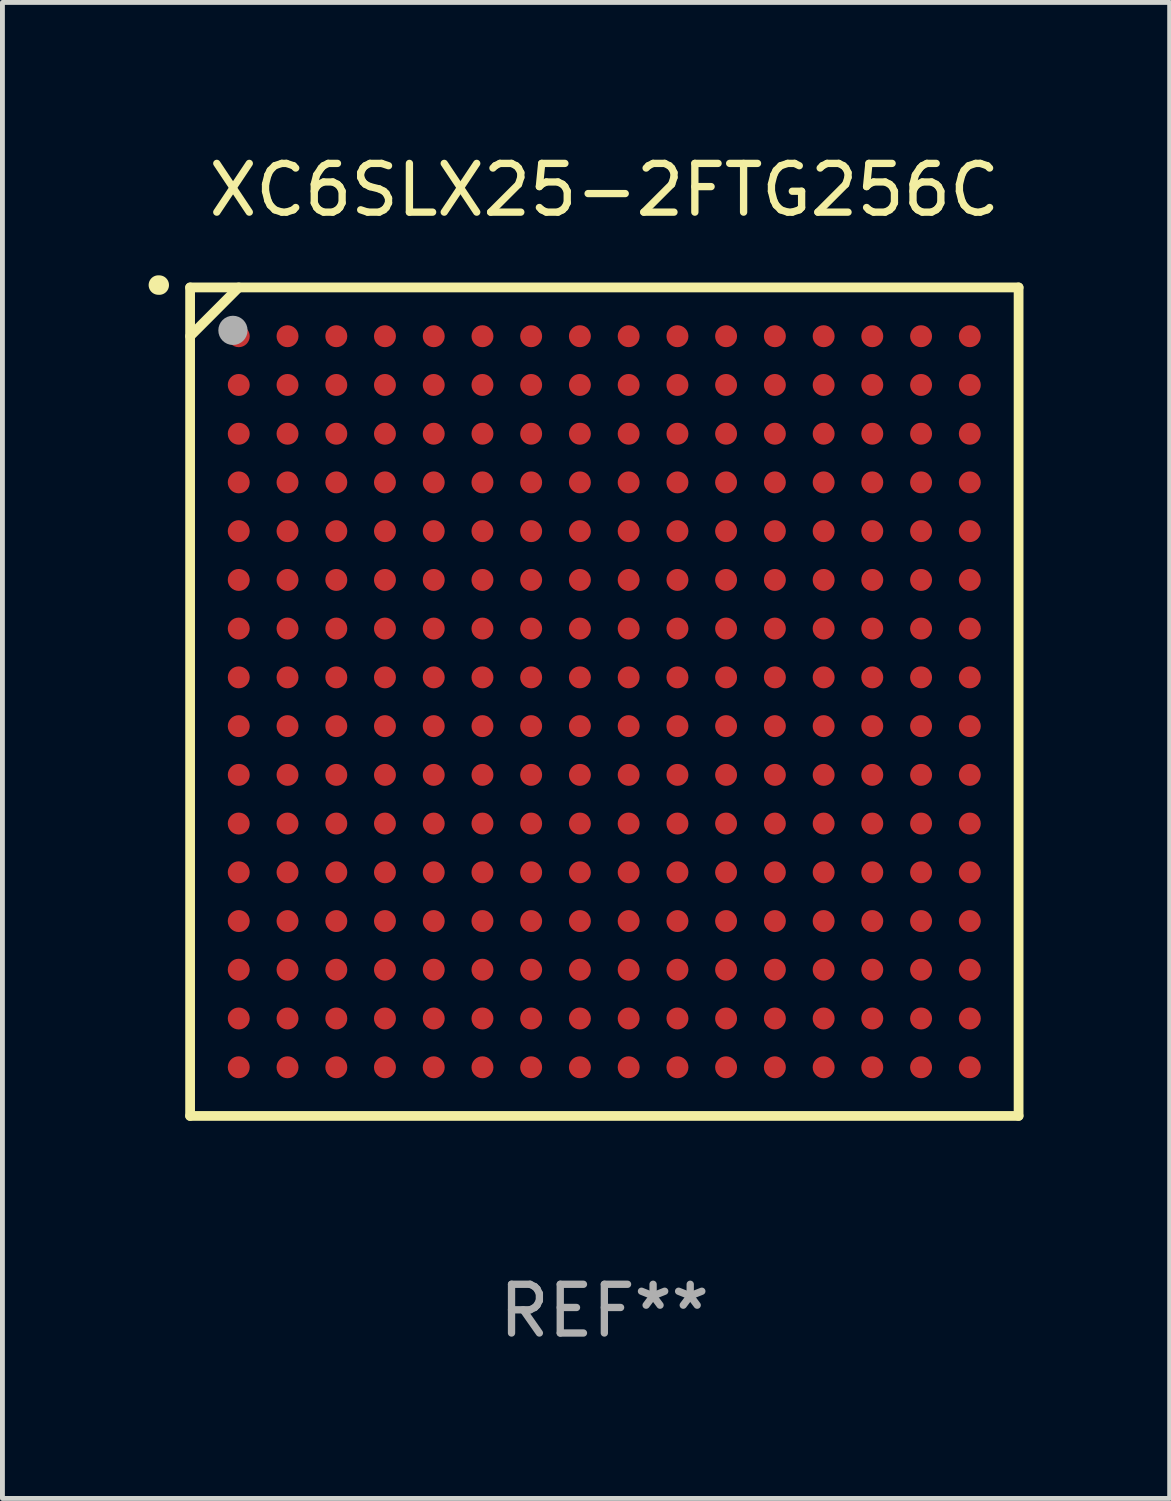
<source format=kicad_pcb>
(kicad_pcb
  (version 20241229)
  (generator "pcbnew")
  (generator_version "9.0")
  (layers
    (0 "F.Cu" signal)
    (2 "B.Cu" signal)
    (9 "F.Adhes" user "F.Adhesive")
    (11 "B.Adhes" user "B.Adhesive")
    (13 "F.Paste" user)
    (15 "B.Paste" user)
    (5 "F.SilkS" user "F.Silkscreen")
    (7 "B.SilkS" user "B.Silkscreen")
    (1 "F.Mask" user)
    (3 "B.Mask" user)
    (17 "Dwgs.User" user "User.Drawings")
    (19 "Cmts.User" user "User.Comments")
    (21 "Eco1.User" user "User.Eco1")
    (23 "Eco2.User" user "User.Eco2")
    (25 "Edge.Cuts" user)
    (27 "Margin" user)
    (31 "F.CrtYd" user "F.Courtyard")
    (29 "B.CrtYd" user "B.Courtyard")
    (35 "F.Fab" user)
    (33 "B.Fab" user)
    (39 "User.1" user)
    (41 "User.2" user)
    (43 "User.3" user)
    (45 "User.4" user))
  (footprint "XC6SLX25-2FTG256C"
    (layer "F.Cu")
    (at 9.351 11.348)
    (property "Reference" "XC6SLX25-2FTG256C" (at 0 -10.5 0) (layer "F.SilkS") (effects (font (size 1 1) (thickness 0.15))))
    (attr through_hole)
    (fp_line (start -8.5 -8.5) (end 8.5 -8.5) (stroke (width 0.2) (type solid)) (layer "F.SilkS"))
    (fp_line (start -8.5 -7.499) (end -7.502 -8.5) (stroke (width 0.2) (type solid)) (layer "F.SilkS"))
    (fp_line (start -8.5 8.5) (end -8.5 -8.5) (stroke (width 0.2) (type solid)) (layer "F.SilkS"))
    (fp_line (start 8.5 -8.5) (end 8.5 8.5) (stroke (width 0.2) (type solid)) (layer "F.SilkS"))
    (fp_line (start 8.5 8.5) (end -8.5 8.5) (stroke (width 0.2) (type solid)) (layer "F.SilkS"))
    (fp_arc (start -9.151181 -8.548768) (mid -9.142295 -8.548541) (end -9.133426 -8.547955) (stroke (width 0.4) (type solid)) (layer "F.SilkS"))
    (fp_circle (center -8.501 -8.499) (end -8.471 -8.499) (stroke (width 0.06) (type solid)) (fill no) (layer "F.SilkS"))
    (fp_circle (center -7.621 -7.619) (end -7.471 -7.619) (stroke (width 0.3) (type solid)) (fill no) (layer "F.Fab"))
    (fp_text user "REF**" (at 0 12.5 0) (layer "F.Fab") (effects (font (size 1 1) (thickness 0.15))))
    (pad "A1" smd circle (at -7.502 -7.499) (size 0.45 0.45) (layers "F.Cu" "F.Mask" "F.Paste"))
    (pad "A2" smd circle (at -6.501 -7.499) (size 0.45 0.45) (layers "F.Cu" "F.Mask" "F.Paste"))
    (pad "A3" smd circle (at -5.5 -7.499) (size 0.45 0.45) (layers "F.Cu" "F.Mask" "F.Paste"))
    (pad "A4" smd circle (at -4.502 -7.499) (size 0.45 0.45) (layers "F.Cu" "F.Mask" "F.Paste"))
    (pad "A5" smd circle (at -3.501 -7.499) (size 0.45 0.45) (layers "F.Cu" "F.Mask" "F.Paste"))
    (pad "A6" smd circle (at -2.501 -7.499) (size 0.45 0.45) (layers "F.Cu" "F.Mask" "F.Paste"))
    (pad "A7" smd circle (at -1.502 -7.499) (size 0.45 0.45) (layers "F.Cu" "F.Mask" "F.Paste"))
    (pad "A8" smd circle (at -0.502 -7.499) (size 0.45 0.45) (layers "F.Cu" "F.Mask" "F.Paste"))
    (pad "A9" smd circle (at 0.499 -7.499) (size 0.45 0.45) (layers "F.Cu" "F.Mask" "F.Paste"))
    (pad "A10" smd circle (at 1.5 -7.499) (size 0.45 0.45) (layers "F.Cu" "F.Mask" "F.Paste"))
    (pad "A11" smd circle (at 2.498 -7.499) (size 0.45 0.45) (layers "F.Cu" "F.Mask" "F.Paste"))
    (pad "A12" smd circle (at 3.499 -7.499) (size 0.45 0.45) (layers "F.Cu" "F.Mask" "F.Paste"))
    (pad "A13" smd circle (at 4.5 -7.499) (size 0.45 0.45) (layers "F.Cu" "F.Mask" "F.Paste"))
    (pad "A14" smd circle (at 5.498 -7.499) (size 0.45 0.45) (layers "F.Cu" "F.Mask" "F.Paste"))
    (pad "A15" smd circle (at 6.499 -7.499) (size 0.45 0.45) (layers "F.Cu" "F.Mask" "F.Paste"))
    (pad "A16" smd circle (at 7.499 -7.499) (size 0.45 0.45) (layers "F.Cu" "F.Mask" "F.Paste"))
    (pad "B1" smd circle (at -7.502 -6.499) (size 0.45 0.45) (layers "F.Cu" "F.Mask" "F.Paste"))
    (pad "B2" smd circle (at -6.501 -6.499) (size 0.45 0.45) (layers "F.Cu" "F.Mask" "F.Paste"))
    (pad "B3" smd circle (at -5.5 -6.499) (size 0.45 0.45) (layers "F.Cu" "F.Mask" "F.Paste"))
    (pad "B4" smd circle (at -4.502 -6.499) (size 0.45 0.45) (layers "F.Cu" "F.Mask" "F.Paste"))
    (pad "B5" smd circle (at -3.501 -6.499) (size 0.45 0.45) (layers "F.Cu" "F.Mask" "F.Paste"))
    (pad "B6" smd circle (at -2.501 -6.499) (size 0.45 0.45) (layers "F.Cu" "F.Mask" "F.Paste"))
    (pad "B7" smd circle (at -1.502 -6.499) (size 0.45 0.45) (layers "F.Cu" "F.Mask" "F.Paste"))
    (pad "B8" smd circle (at -0.502 -6.499) (size 0.45 0.45) (layers "F.Cu" "F.Mask" "F.Paste"))
    (pad "B9" smd circle (at 0.499 -6.499) (size 0.45 0.45) (layers "F.Cu" "F.Mask" "F.Paste"))
    (pad "B10" smd circle (at 1.5 -6.499) (size 0.45 0.45) (layers "F.Cu" "F.Mask" "F.Paste"))
    (pad "B11" smd circle (at 2.498 -6.499) (size 0.45 0.45) (layers "F.Cu" "F.Mask" "F.Paste"))
    (pad "B12" smd circle (at 3.499 -6.499) (size 0.45 0.45) (layers "F.Cu" "F.Mask" "F.Paste"))
    (pad "B13" smd circle (at 4.5 -6.499) (size 0.45 0.45) (layers "F.Cu" "F.Mask" "F.Paste"))
    (pad "B14" smd circle (at 5.498 -6.499) (size 0.45 0.45) (layers "F.Cu" "F.Mask" "F.Paste"))
    (pad "B15" smd circle (at 6.499 -6.499) (size 0.45 0.45) (layers "F.Cu" "F.Mask" "F.Paste"))
    (pad "B16" smd circle (at 7.499 -6.499) (size 0.45 0.45) (layers "F.Cu" "F.Mask" "F.Paste"))
    (pad "C1" smd circle (at -7.502 -5.498) (size 0.45 0.45) (layers "F.Cu" "F.Mask" "F.Paste"))
    (pad "C2" smd circle (at -6.501 -5.498) (size 0.45 0.45) (layers "F.Cu" "F.Mask" "F.Paste"))
    (pad "C3" smd circle (at -5.5 -5.498) (size 0.45 0.45) (layers "F.Cu" "F.Mask" "F.Paste"))
    (pad "C4" smd circle (at -4.502 -5.498) (size 0.45 0.45) (layers "F.Cu" "F.Mask" "F.Paste"))
    (pad "C5" smd circle (at -3.501 -5.498) (size 0.45 0.45) (layers "F.Cu" "F.Mask" "F.Paste"))
    (pad "C6" smd circle (at -2.501 -5.498) (size 0.45 0.45) (layers "F.Cu" "F.Mask" "F.Paste"))
    (pad "C7" smd circle (at -1.502 -5.498) (size 0.45 0.45) (layers "F.Cu" "F.Mask" "F.Paste"))
    (pad "C8" smd circle (at -0.502 -5.498) (size 0.45 0.45) (layers "F.Cu" "F.Mask" "F.Paste"))
    (pad "C9" smd circle (at 0.499 -5.498) (size 0.45 0.45) (layers "F.Cu" "F.Mask" "F.Paste"))
    (pad "C10" smd circle (at 1.5 -5.498) (size 0.45 0.45) (layers "F.Cu" "F.Mask" "F.Paste"))
    (pad "C11" smd circle (at 2.498 -5.498) (size 0.45 0.45) (layers "F.Cu" "F.Mask" "F.Paste"))
    (pad "C12" smd circle (at 3.499 -5.498) (size 0.45 0.45) (layers "F.Cu" "F.Mask" "F.Paste"))
    (pad "C13" smd circle (at 4.5 -5.498) (size 0.45 0.45) (layers "F.Cu" "F.Mask" "F.Paste"))
    (pad "C14" smd circle (at 5.498 -5.498) (size 0.45 0.45) (layers "F.Cu" "F.Mask" "F.Paste"))
    (pad "C15" smd circle (at 6.499 -5.498) (size 0.45 0.45) (layers "F.Cu" "F.Mask" "F.Paste"))
    (pad "C16" smd circle (at 7.499 -5.498) (size 0.45 0.45) (layers "F.Cu" "F.Mask" "F.Paste"))
    (pad "D1" smd circle (at -7.502 -4.5) (size 0.45 0.45) (layers "F.Cu" "F.Mask" "F.Paste"))
    (pad "D2" smd circle (at -6.501 -4.5) (size 0.45 0.45) (layers "F.Cu" "F.Mask" "F.Paste"))
    (pad "D3" smd circle (at -5.5 -4.5) (size 0.45 0.45) (layers "F.Cu" "F.Mask" "F.Paste"))
    (pad "D4" smd circle (at -4.502 -4.5) (size 0.45 0.45) (layers "F.Cu" "F.Mask" "F.Paste"))
    (pad "D5" smd circle (at -3.501 -4.5) (size 0.45 0.45) (layers "F.Cu" "F.Mask" "F.Paste"))
    (pad "D6" smd circle (at -2.501 -4.5) (size 0.45 0.45) (layers "F.Cu" "F.Mask" "F.Paste"))
    (pad "D7" smd circle (at -1.502 -4.5) (size 0.45 0.45) (layers "F.Cu" "F.Mask" "F.Paste"))
    (pad "D8" smd circle (at -0.502 -4.5) (size 0.45 0.45) (layers "F.Cu" "F.Mask" "F.Paste"))
    (pad "D9" smd circle (at 0.499 -4.5) (size 0.45 0.45) (layers "F.Cu" "F.Mask" "F.Paste"))
    (pad "D10" smd circle (at 1.5 -4.5) (size 0.45 0.45) (layers "F.Cu" "F.Mask" "F.Paste"))
    (pad "D11" smd circle (at 2.498 -4.5) (size 0.45 0.45) (layers "F.Cu" "F.Mask" "F.Paste"))
    (pad "D12" smd circle (at 3.499 -4.5) (size 0.45 0.45) (layers "F.Cu" "F.Mask" "F.Paste"))
    (pad "D13" smd circle (at 4.5 -4.5) (size 0.45 0.45) (layers "F.Cu" "F.Mask" "F.Paste"))
    (pad "D14" smd circle (at 5.498 -4.5) (size 0.45 0.45) (layers "F.Cu" "F.Mask" "F.Paste"))
    (pad "D15" smd circle (at 6.499 -4.5) (size 0.45 0.45) (layers "F.Cu" "F.Mask" "F.Paste"))
    (pad "D16" smd circle (at 7.499 -4.5) (size 0.45 0.45) (layers "F.Cu" "F.Mask" "F.Paste"))
    (pad "E1" smd circle (at -7.502 -3.499) (size 0.45 0.45) (layers "F.Cu" "F.Mask" "F.Paste"))
    (pad "E2" smd circle (at -6.501 -3.499) (size 0.45 0.45) (layers "F.Cu" "F.Mask" "F.Paste"))
    (pad "E3" smd circle (at -5.5 -3.499) (size 0.45 0.45) (layers "F.Cu" "F.Mask" "F.Paste"))
    (pad "E4" smd circle (at -4.502 -3.499) (size 0.45 0.45) (layers "F.Cu" "F.Mask" "F.Paste"))
    (pad "E5" smd circle (at -3.501 -3.499) (size 0.45 0.45) (layers "F.Cu" "F.Mask" "F.Paste"))
    (pad "E6" smd circle (at -2.501 -3.499) (size 0.45 0.45) (layers "F.Cu" "F.Mask" "F.Paste"))
    (pad "E7" smd circle (at -1.502 -3.499) (size 0.45 0.45) (layers "F.Cu" "F.Mask" "F.Paste"))
    (pad "E8" smd circle (at -0.502 -3.499) (size 0.45 0.45) (layers "F.Cu" "F.Mask" "F.Paste"))
    (pad "E9" smd circle (at 0.499 -3.499) (size 0.45 0.45) (layers "F.Cu" "F.Mask" "F.Paste"))
    (pad "E10" smd circle (at 1.5 -3.499) (size 0.45 0.45) (layers "F.Cu" "F.Mask" "F.Paste"))
    (pad "E11" smd circle (at 2.498 -3.499) (size 0.45 0.45) (layers "F.Cu" "F.Mask" "F.Paste"))
    (pad "E12" smd circle (at 3.499 -3.499) (size 0.45 0.45) (layers "F.Cu" "F.Mask" "F.Paste"))
    (pad "E13" smd circle (at 4.5 -3.499) (size 0.45 0.45) (layers "F.Cu" "F.Mask" "F.Paste"))
    (pad "E14" smd circle (at 5.498 -3.499) (size 0.45 0.45) (layers "F.Cu" "F.Mask" "F.Paste"))
    (pad "E15" smd circle (at 6.499 -3.499) (size 0.45 0.45) (layers "F.Cu" "F.Mask" "F.Paste"))
    (pad "E16" smd circle (at 7.499 -3.499) (size 0.45 0.45) (layers "F.Cu" "F.Mask" "F.Paste"))
    (pad "F1" smd circle (at -7.502 -2.498) (size 0.45 0.45) (layers "F.Cu" "F.Mask" "F.Paste"))
    (pad "F2" smd circle (at -6.501 -2.498) (size 0.45 0.45) (layers "F.Cu" "F.Mask" "F.Paste"))
    (pad "F3" smd circle (at -5.5 -2.498) (size 0.45 0.45) (layers "F.Cu" "F.Mask" "F.Paste"))
    (pad "F4" smd circle (at -4.502 -2.498) (size 0.45 0.45) (layers "F.Cu" "F.Mask" "F.Paste"))
    (pad "F5" smd circle (at -3.501 -2.498) (size 0.45 0.45) (layers "F.Cu" "F.Mask" "F.Paste"))
    (pad "F6" smd circle (at -2.501 -2.498) (size 0.45 0.45) (layers "F.Cu" "F.Mask" "F.Paste"))
    (pad "F7" smd circle (at -1.502 -2.498) (size 0.45 0.45) (layers "F.Cu" "F.Mask" "F.Paste"))
    (pad "F8" smd circle (at -0.502 -2.498) (size 0.45 0.45) (layers "F.Cu" "F.Mask" "F.Paste"))
    (pad "F9" smd circle (at 0.499 -2.498) (size 0.45 0.45) (layers "F.Cu" "F.Mask" "F.Paste"))
    (pad "F10" smd circle (at 1.5 -2.498) (size 0.45 0.45) (layers "F.Cu" "F.Mask" "F.Paste"))
    (pad "F11" smd circle (at 2.498 -2.498) (size 0.45 0.45) (layers "F.Cu" "F.Mask" "F.Paste"))
    (pad "F12" smd circle (at 3.499 -2.498) (size 0.45 0.45) (layers "F.Cu" "F.Mask" "F.Paste"))
    (pad "F13" smd circle (at 4.5 -2.498) (size 0.45 0.45) (layers "F.Cu" "F.Mask" "F.Paste"))
    (pad "F14" smd circle (at 5.498 -2.498) (size 0.45 0.45) (layers "F.Cu" "F.Mask" "F.Paste"))
    (pad "F15" smd circle (at 6.499 -2.498) (size 0.45 0.45) (layers "F.Cu" "F.Mask" "F.Paste"))
    (pad "F16" smd circle (at 7.499 -2.498) (size 0.45 0.45) (layers "F.Cu" "F.Mask" "F.Paste"))
    (pad "G1" smd circle (at -7.502 -1.5) (size 0.45 0.45) (layers "F.Cu" "F.Mask" "F.Paste"))
    (pad "G2" smd circle (at -6.501 -1.5) (size 0.45 0.45) (layers "F.Cu" "F.Mask" "F.Paste"))
    (pad "G3" smd circle (at -5.5 -1.5) (size 0.45 0.45) (layers "F.Cu" "F.Mask" "F.Paste"))
    (pad "G4" smd circle (at -4.502 -1.5) (size 0.45 0.45) (layers "F.Cu" "F.Mask" "F.Paste"))
    (pad "G5" smd circle (at -3.501 -1.5) (size 0.45 0.45) (layers "F.Cu" "F.Mask" "F.Paste"))
    (pad "G6" smd circle (at -2.501 -1.5) (size 0.45 0.45) (layers "F.Cu" "F.Mask" "F.Paste"))
    (pad "G7" smd circle (at -1.502 -1.5) (size 0.45 0.45) (layers "F.Cu" "F.Mask" "F.Paste"))
    (pad "G8" smd circle (at -0.502 -1.5) (size 0.45 0.45) (layers "F.Cu" "F.Mask" "F.Paste"))
    (pad "G9" smd circle (at 0.499 -1.5) (size 0.45 0.45) (layers "F.Cu" "F.Mask" "F.Paste"))
    (pad "G10" smd circle (at 1.5 -1.5) (size 0.45 0.45) (layers "F.Cu" "F.Mask" "F.Paste"))
    (pad "G11" smd circle (at 2.498 -1.5) (size 0.45 0.45) (layers "F.Cu" "F.Mask" "F.Paste"))
    (pad "G12" smd circle (at 3.499 -1.5) (size 0.45 0.45) (layers "F.Cu" "F.Mask" "F.Paste"))
    (pad "G13" smd circle (at 4.5 -1.5) (size 0.45 0.45) (layers "F.Cu" "F.Mask" "F.Paste"))
    (pad "G14" smd circle (at 5.498 -1.5) (size 0.45 0.45) (layers "F.Cu" "F.Mask" "F.Paste"))
    (pad "G15" smd circle (at 6.499 -1.5) (size 0.45 0.45) (layers "F.Cu" "F.Mask" "F.Paste"))
    (pad "G16" smd circle (at 7.499 -1.5) (size 0.45 0.45) (layers "F.Cu" "F.Mask" "F.Paste"))
    (pad "H1" smd circle (at -7.502 -0.499) (size 0.45 0.45) (layers "F.Cu" "F.Mask" "F.Paste"))
    (pad "H2" smd circle (at -6.501 -0.499) (size 0.45 0.45) (layers "F.Cu" "F.Mask" "F.Paste"))
    (pad "H3" smd circle (at -5.5 -0.499) (size 0.45 0.45) (layers "F.Cu" "F.Mask" "F.Paste"))
    (pad "H4" smd circle (at -4.502 -0.499) (size 0.45 0.45) (layers "F.Cu" "F.Mask" "F.Paste"))
    (pad "H5" smd circle (at -3.501 -0.499) (size 0.45 0.45) (layers "F.Cu" "F.Mask" "F.Paste"))
    (pad "H6" smd circle (at -2.501 -0.499) (size 0.45 0.45) (layers "F.Cu" "F.Mask" "F.Paste"))
    (pad "H7" smd circle (at -1.502 -0.499) (size 0.45 0.45) (layers "F.Cu" "F.Mask" "F.Paste"))
    (pad "H8" smd circle (at -0.502 -0.499) (size 0.45 0.45) (layers "F.Cu" "F.Mask" "F.Paste"))
    (pad "H9" smd circle (at 0.499 -0.499) (size 0.45 0.45) (layers "F.Cu" "F.Mask" "F.Paste"))
    (pad "H10" smd circle (at 1.5 -0.499) (size 0.45 0.45) (layers "F.Cu" "F.Mask" "F.Paste"))
    (pad "H11" smd circle (at 2.498 -0.499) (size 0.45 0.45) (layers "F.Cu" "F.Mask" "F.Paste"))
    (pad "H12" smd circle (at 3.499 -0.499) (size 0.45 0.45) (layers "F.Cu" "F.Mask" "F.Paste"))
    (pad "H13" smd circle (at 4.5 -0.499) (size 0.45 0.45) (layers "F.Cu" "F.Mask" "F.Paste"))
    (pad "H14" smd circle (at 5.498 -0.499) (size 0.45 0.45) (layers "F.Cu" "F.Mask" "F.Paste"))
    (pad "H15" smd circle (at 6.499 -0.499) (size 0.45 0.45) (layers "F.Cu" "F.Mask" "F.Paste"))
    (pad "H16" smd circle (at 7.499 -0.499) (size 0.45 0.45) (layers "F.Cu" "F.Mask" "F.Paste"))
    (pad "J1" smd circle (at -7.502 0.502) (size 0.45 0.45) (layers "F.Cu" "F.Mask" "F.Paste"))
    (pad "J2" smd circle (at -6.501 0.502) (size 0.45 0.45) (layers "F.Cu" "F.Mask" "F.Paste"))
    (pad "J3" smd circle (at -5.5 0.502) (size 0.45 0.45) (layers "F.Cu" "F.Mask" "F.Paste"))
    (pad "J4" smd circle (at -4.502 0.502) (size 0.45 0.45) (layers "F.Cu" "F.Mask" "F.Paste"))
    (pad "J5" smd circle (at -3.501 0.502) (size 0.45 0.45) (layers "F.Cu" "F.Mask" "F.Paste"))
    (pad "J6" smd circle (at -2.501 0.502) (size 0.45 0.45) (layers "F.Cu" "F.Mask" "F.Paste"))
    (pad "J7" smd circle (at -1.502 0.502) (size 0.45 0.45) (layers "F.Cu" "F.Mask" "F.Paste"))
    (pad "J8" smd circle (at -0.502 0.502) (size 0.45 0.45) (layers "F.Cu" "F.Mask" "F.Paste"))
    (pad "J9" smd circle (at 0.499 0.502) (size 0.45 0.45) (layers "F.Cu" "F.Mask" "F.Paste"))
    (pad "J10" smd circle (at 1.5 0.502) (size 0.45 0.45) (layers "F.Cu" "F.Mask" "F.Paste"))
    (pad "J11" smd circle (at 2.498 0.502) (size 0.45 0.45) (layers "F.Cu" "F.Mask" "F.Paste"))
    (pad "J12" smd circle (at 3.499 0.502) (size 0.45 0.45) (layers "F.Cu" "F.Mask" "F.Paste"))
    (pad "J13" smd circle (at 4.5 0.502) (size 0.45 0.45) (layers "F.Cu" "F.Mask" "F.Paste"))
    (pad "J14" smd circle (at 5.498 0.502) (size 0.45 0.45) (layers "F.Cu" "F.Mask" "F.Paste"))
    (pad "J15" smd circle (at 6.499 0.502) (size 0.45 0.45) (layers "F.Cu" "F.Mask" "F.Paste"))
    (pad "J16" smd circle (at 7.499 0.502) (size 0.45 0.45) (layers "F.Cu" "F.Mask" "F.Paste"))
    (pad "K1" smd circle (at -7.502 1.502) (size 0.45 0.45) (layers "F.Cu" "F.Mask" "F.Paste"))
    (pad "K2" smd circle (at -6.501 1.502) (size 0.45 0.45) (layers "F.Cu" "F.Mask" "F.Paste"))
    (pad "K3" smd circle (at -5.5 1.502) (size 0.45 0.45) (layers "F.Cu" "F.Mask" "F.Paste"))
    (pad "K4" smd circle (at -4.502 1.502) (size 0.45 0.45) (layers "F.Cu" "F.Mask" "F.Paste"))
    (pad "K5" smd circle (at -3.501 1.502) (size 0.45 0.45) (layers "F.Cu" "F.Mask" "F.Paste"))
    (pad "K6" smd circle (at -2.501 1.502) (size 0.45 0.45) (layers "F.Cu" "F.Mask" "F.Paste"))
    (pad "K7" smd circle (at -1.502 1.502) (size 0.45 0.45) (layers "F.Cu" "F.Mask" "F.Paste"))
    (pad "K8" smd circle (at -0.502 1.502) (size 0.45 0.45) (layers "F.Cu" "F.Mask" "F.Paste"))
    (pad "K9" smd circle (at 0.499 1.502) (size 0.45 0.45) (layers "F.Cu" "F.Mask" "F.Paste"))
    (pad "K10" smd circle (at 1.5 1.502) (size 0.45 0.45) (layers "F.Cu" "F.Mask" "F.Paste"))
    (pad "K11" smd circle (at 2.498 1.502) (size 0.45 0.45) (layers "F.Cu" "F.Mask" "F.Paste"))
    (pad "K12" smd circle (at 3.499 1.502) (size 0.45 0.45) (layers "F.Cu" "F.Mask" "F.Paste"))
    (pad "K13" smd circle (at 4.5 1.502) (size 0.45 0.45) (layers "F.Cu" "F.Mask" "F.Paste"))
    (pad "K14" smd circle (at 5.498 1.502) (size 0.45 0.45) (layers "F.Cu" "F.Mask" "F.Paste"))
    (pad "K15" smd circle (at 6.499 1.502) (size 0.45 0.45) (layers "F.Cu" "F.Mask" "F.Paste"))
    (pad "K16" smd circle (at 7.499 1.502) (size 0.45 0.45) (layers "F.Cu" "F.Mask" "F.Paste"))
    (pad "L1" smd circle (at -7.502 2.501) (size 0.45 0.45) (layers "F.Cu" "F.Mask" "F.Paste"))
    (pad "L2" smd circle (at -6.501 2.501) (size 0.45 0.45) (layers "F.Cu" "F.Mask" "F.Paste"))
    (pad "L3" smd circle (at -5.5 2.501) (size 0.45 0.45) (layers "F.Cu" "F.Mask" "F.Paste"))
    (pad "L4" smd circle (at -4.502 2.501) (size 0.45 0.45) (layers "F.Cu" "F.Mask" "F.Paste"))
    (pad "L5" smd circle (at -3.501 2.501) (size 0.45 0.45) (layers "F.Cu" "F.Mask" "F.Paste"))
    (pad "L6" smd circle (at -2.501 2.501) (size 0.45 0.45) (layers "F.Cu" "F.Mask" "F.Paste"))
    (pad "L7" smd circle (at -1.502 2.501) (size 0.45 0.45) (layers "F.Cu" "F.Mask" "F.Paste"))
    (pad "L8" smd circle (at -0.502 2.501) (size 0.45 0.45) (layers "F.Cu" "F.Mask" "F.Paste"))
    (pad "L9" smd circle (at 0.499 2.501) (size 0.45 0.45) (layers "F.Cu" "F.Mask" "F.Paste"))
    (pad "L10" smd circle (at 1.5 2.501) (size 0.45 0.45) (layers "F.Cu" "F.Mask" "F.Paste"))
    (pad "L11" smd circle (at 2.498 2.501) (size 0.45 0.45) (layers "F.Cu" "F.Mask" "F.Paste"))
    (pad "L12" smd circle (at 3.499 2.501) (size 0.45 0.45) (layers "F.Cu" "F.Mask" "F.Paste"))
    (pad "L13" smd circle (at 4.5 2.501) (size 0.45 0.45) (layers "F.Cu" "F.Mask" "F.Paste"))
    (pad "L14" smd circle (at 5.498 2.501) (size 0.45 0.45) (layers "F.Cu" "F.Mask" "F.Paste"))
    (pad "L15" smd circle (at 6.499 2.501) (size 0.45 0.45) (layers "F.Cu" "F.Mask" "F.Paste"))
    (pad "L16" smd circle (at 7.499 2.501) (size 0.45 0.45) (layers "F.Cu" "F.Mask" "F.Paste"))
    (pad "M1" smd circle (at -7.502 3.501) (size 0.45 0.45) (layers "F.Cu" "F.Mask" "F.Paste"))
    (pad "M2" smd circle (at -6.501 3.501) (size 0.45 0.45) (layers "F.Cu" "F.Mask" "F.Paste"))
    (pad "M3" smd circle (at -5.5 3.501) (size 0.45 0.45) (layers "F.Cu" "F.Mask" "F.Paste"))
    (pad "M4" smd circle (at -4.502 3.501) (size 0.45 0.45) (layers "F.Cu" "F.Mask" "F.Paste"))
    (pad "M5" smd circle (at -3.501 3.501) (size 0.45 0.45) (layers "F.Cu" "F.Mask" "F.Paste"))
    (pad "M6" smd circle (at -2.501 3.501) (size 0.45 0.45) (layers "F.Cu" "F.Mask" "F.Paste"))
    (pad "M7" smd circle (at -1.502 3.501) (size 0.45 0.45) (layers "F.Cu" "F.Mask" "F.Paste"))
    (pad "M8" smd circle (at -0.502 3.501) (size 0.45 0.45) (layers "F.Cu" "F.Mask" "F.Paste"))
    (pad "M9" smd circle (at 0.499 3.501) (size 0.45 0.45) (layers "F.Cu" "F.Mask" "F.Paste"))
    (pad "M10" smd circle (at 1.5 3.501) (size 0.45 0.45) (layers "F.Cu" "F.Mask" "F.Paste"))
    (pad "M11" smd circle (at 2.498 3.501) (size 0.45 0.45) (layers "F.Cu" "F.Mask" "F.Paste"))
    (pad "M12" smd circle (at 3.499 3.501) (size 0.45 0.45) (layers "F.Cu" "F.Mask" "F.Paste"))
    (pad "M13" smd circle (at 4.5 3.501) (size 0.45 0.45) (layers "F.Cu" "F.Mask" "F.Paste"))
    (pad "M14" smd circle (at 5.498 3.501) (size 0.45 0.45) (layers "F.Cu" "F.Mask" "F.Paste"))
    (pad "M15" smd circle (at 6.499 3.501) (size 0.45 0.45) (layers "F.Cu" "F.Mask" "F.Paste"))
    (pad "M16" smd circle (at 7.499 3.501) (size 0.45 0.45) (layers "F.Cu" "F.Mask" "F.Paste"))
    (pad "N1" smd circle (at -7.502 4.502) (size 0.45 0.45) (layers "F.Cu" "F.Mask" "F.Paste"))
    (pad "N2" smd circle (at -6.501 4.502) (size 0.45 0.45) (layers "F.Cu" "F.Mask" "F.Paste"))
    (pad "N3" smd circle (at -5.5 4.502) (size 0.45 0.45) (layers "F.Cu" "F.Mask" "F.Paste"))
    (pad "N4" smd circle (at -4.502 4.502) (size 0.45 0.45) (layers "F.Cu" "F.Mask" "F.Paste"))
    (pad "N5" smd circle (at -3.501 4.502) (size 0.45 0.45) (layers "F.Cu" "F.Mask" "F.Paste"))
    (pad "N6" smd circle (at -2.501 4.502) (size 0.45 0.45) (layers "F.Cu" "F.Mask" "F.Paste"))
    (pad "N7" smd circle (at -1.502 4.502) (size 0.45 0.45) (layers "F.Cu" "F.Mask" "F.Paste"))
    (pad "N8" smd circle (at -0.502 4.502) (size 0.45 0.45) (layers "F.Cu" "F.Mask" "F.Paste"))
    (pad "N9" smd circle (at 0.499 4.502) (size 0.45 0.45) (layers "F.Cu" "F.Mask" "F.Paste"))
    (pad "N10" smd circle (at 1.5 4.502) (size 0.45 0.45) (layers "F.Cu" "F.Mask" "F.Paste"))
    (pad "N11" smd circle (at 2.498 4.502) (size 0.45 0.45) (layers "F.Cu" "F.Mask" "F.Paste"))
    (pad "N12" smd circle (at 3.499 4.502) (size 0.45 0.45) (layers "F.Cu" "F.Mask" "F.Paste"))
    (pad "N13" smd circle (at 4.5 4.502) (size 0.45 0.45) (layers "F.Cu" "F.Mask" "F.Paste"))
    (pad "N14" smd circle (at 5.498 4.502) (size 0.45 0.45) (layers "F.Cu" "F.Mask" "F.Paste"))
    (pad "N15" smd circle (at 6.499 4.502) (size 0.45 0.45) (layers "F.Cu" "F.Mask" "F.Paste"))
    (pad "N16" smd circle (at 7.499 4.502) (size 0.45 0.45) (layers "F.Cu" "F.Mask" "F.Paste"))
    (pad "P1" smd circle (at -7.502 5.5) (size 0.45 0.45) (layers "F.Cu" "F.Mask" "F.Paste"))
    (pad "P2" smd circle (at -6.501 5.5) (size 0.45 0.45) (layers "F.Cu" "F.Mask" "F.Paste"))
    (pad "P3" smd circle (at -5.5 5.5) (size 0.45 0.45) (layers "F.Cu" "F.Mask" "F.Paste"))
    (pad "P4" smd circle (at -4.502 5.5) (size 0.45 0.45) (layers "F.Cu" "F.Mask" "F.Paste"))
    (pad "P5" smd circle (at -3.501 5.5) (size 0.45 0.45) (layers "F.Cu" "F.Mask" "F.Paste"))
    (pad "P6" smd circle (at -2.501 5.5) (size 0.45 0.45) (layers "F.Cu" "F.Mask" "F.Paste"))
    (pad "P7" smd circle (at -1.502 5.5) (size 0.45 0.45) (layers "F.Cu" "F.Mask" "F.Paste"))
    (pad "P8" smd circle (at -0.502 5.5) (size 0.45 0.45) (layers "F.Cu" "F.Mask" "F.Paste"))
    (pad "P9" smd circle (at 0.499 5.5) (size 0.45 0.45) (layers "F.Cu" "F.Mask" "F.Paste"))
    (pad "P10" smd circle (at 1.5 5.5) (size 0.45 0.45) (layers "F.Cu" "F.Mask" "F.Paste"))
    (pad "P11" smd circle (at 2.498 5.5) (size 0.45 0.45) (layers "F.Cu" "F.Mask" "F.Paste"))
    (pad "P12" smd circle (at 3.499 5.5) (size 0.45 0.45) (layers "F.Cu" "F.Mask" "F.Paste"))
    (pad "P13" smd circle (at 4.5 5.5) (size 0.45 0.45) (layers "F.Cu" "F.Mask" "F.Paste"))
    (pad "P14" smd circle (at 5.498 5.5) (size 0.45 0.45) (layers "F.Cu" "F.Mask" "F.Paste"))
    (pad "P15" smd circle (at 6.499 5.5) (size 0.45 0.45) (layers "F.Cu" "F.Mask" "F.Paste"))
    (pad "P16" smd circle (at 7.499 5.5) (size 0.45 0.45) (layers "F.Cu" "F.Mask" "F.Paste"))
    (pad "R1" smd circle (at -7.502 6.501) (size 0.45 0.45) (layers "F.Cu" "F.Mask" "F.Paste"))
    (pad "R2" smd circle (at -6.501 6.501) (size 0.45 0.45) (layers "F.Cu" "F.Mask" "F.Paste"))
    (pad "R3" smd circle (at -5.5 6.501) (size 0.45 0.45) (layers "F.Cu" "F.Mask" "F.Paste"))
    (pad "R4" smd circle (at -4.502 6.501) (size 0.45 0.45) (layers "F.Cu" "F.Mask" "F.Paste"))
    (pad "R5" smd circle (at -3.501 6.501) (size 0.45 0.45) (layers "F.Cu" "F.Mask" "F.Paste"))
    (pad "R6" smd circle (at -2.501 6.501) (size 0.45 0.45) (layers "F.Cu" "F.Mask" "F.Paste"))
    (pad "R7" smd circle (at -1.502 6.501) (size 0.45 0.45) (layers "F.Cu" "F.Mask" "F.Paste"))
    (pad "R8" smd circle (at -0.502 6.501) (size 0.45 0.45) (layers "F.Cu" "F.Mask" "F.Paste"))
    (pad "R9" smd circle (at 0.499 6.501) (size 0.45 0.45) (layers "F.Cu" "F.Mask" "F.Paste"))
    (pad "R10" smd circle (at 1.5 6.501) (size 0.45 0.45) (layers "F.Cu" "F.Mask" "F.Paste"))
    (pad "R11" smd circle (at 2.498 6.501) (size 0.45 0.45) (layers "F.Cu" "F.Mask" "F.Paste"))
    (pad "R12" smd circle (at 3.499 6.501) (size 0.45 0.45) (layers "F.Cu" "F.Mask" "F.Paste"))
    (pad "R13" smd circle (at 4.5 6.501) (size 0.45 0.45) (layers "F.Cu" "F.Mask" "F.Paste"))
    (pad "R14" smd circle (at 5.498 6.501) (size 0.45 0.45) (layers "F.Cu" "F.Mask" "F.Paste"))
    (pad "R15" smd circle (at 6.499 6.501) (size 0.45 0.45) (layers "F.Cu" "F.Mask" "F.Paste"))
    (pad "R16" smd circle (at 7.499 6.501) (size 0.45 0.45) (layers "F.Cu" "F.Mask" "F.Paste"))
    (pad "T1" smd circle (at -7.502 7.502) (size 0.45 0.45) (layers "F.Cu" "F.Mask" "F.Paste"))
    (pad "T2" smd circle (at -6.501 7.502) (size 0.45 0.45) (layers "F.Cu" "F.Mask" "F.Paste"))
    (pad "T3" smd circle (at -5.5 7.502) (size 0.45 0.45) (layers "F.Cu" "F.Mask" "F.Paste"))
    (pad "T4" smd circle (at -4.502 7.502) (size 0.45 0.45) (layers "F.Cu" "F.Mask" "F.Paste"))
    (pad "T5" smd circle (at -3.501 7.502) (size 0.45 0.45) (layers "F.Cu" "F.Mask" "F.Paste"))
    (pad "T6" smd circle (at -2.501 7.502) (size 0.45 0.45) (layers "F.Cu" "F.Mask" "F.Paste"))
    (pad "T7" smd circle (at -1.502 7.502) (size 0.45 0.45) (layers "F.Cu" "F.Mask" "F.Paste"))
    (pad "T8" smd circle (at -0.502 7.502) (size 0.45 0.45) (layers "F.Cu" "F.Mask" "F.Paste"))
    (pad "T9" smd circle (at 0.499 7.502) (size 0.45 0.45) (layers "F.Cu" "F.Mask" "F.Paste"))
    (pad "T10" smd circle (at 1.5 7.502) (size 0.45 0.45) (layers "F.Cu" "F.Mask" "F.Paste"))
    (pad "T11" smd circle (at 2.498 7.502) (size 0.45 0.45) (layers "F.Cu" "F.Mask" "F.Paste"))
    (pad "T12" smd circle (at 3.499 7.502) (size 0.45 0.45) (layers "F.Cu" "F.Mask" "F.Paste"))
    (pad "T13" smd circle (at 4.5 7.502) (size 0.45 0.45) (layers "F.Cu" "F.Mask" "F.Paste"))
    (pad "T14" smd circle (at 5.498 7.502) (size 0.45 0.45) (layers "F.Cu" "F.Mask" "F.Paste"))
    (pad "T15" smd circle (at 6.499 7.502) (size 0.45 0.45) (layers "F.Cu" "F.Mask" "F.Paste"))
    (pad "T16" smd circle (at 7.499 7.502) (size 0.45 0.45) (layers "F.Cu" "F.Mask" "F.Paste")))
  (gr_rect
    (start -3 -3)
    (end 20.951 27.697)
    (stroke (width 0.1) (type default))
    (fill no)
    (layer "Edge.Cuts")))
</source>
